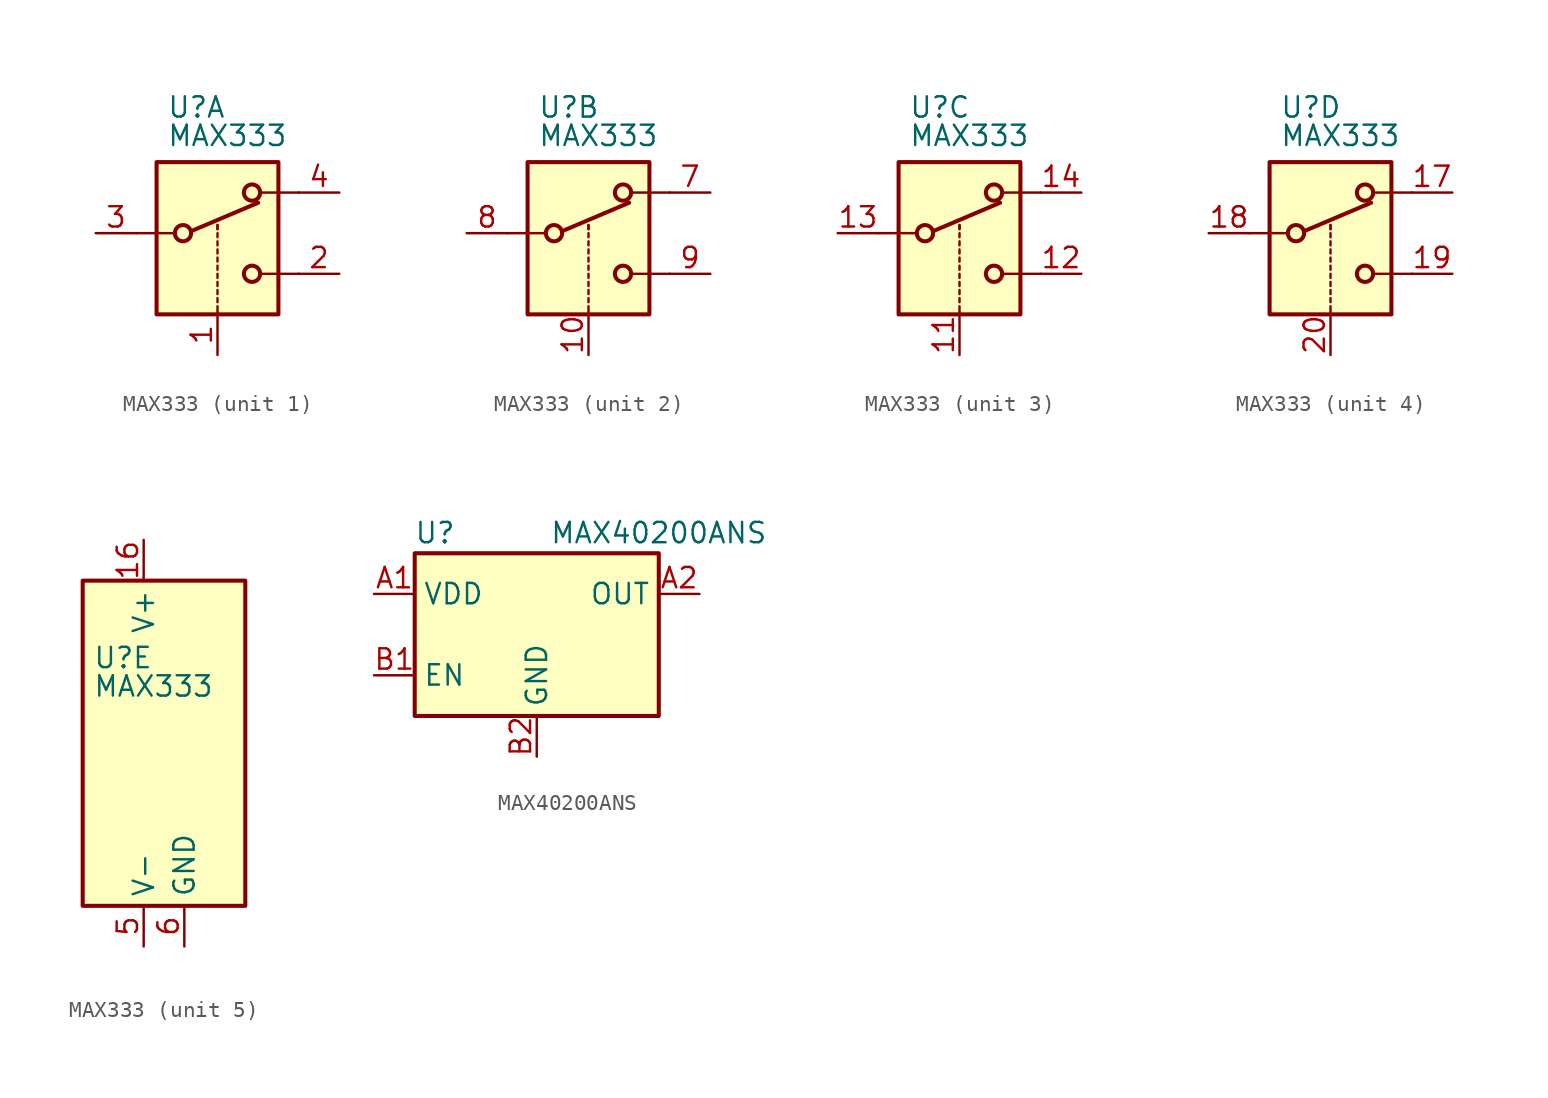
<source format=kicad_sym>
(kicad_symbol_lib
  (version 20211014)
  (generator kicad_symbol_editor)
  (symbol "MAX333"
    (property "Reference" "U"
      (at -3.175 5.334 0)
      (effects (font (size 1.27 1.27)) (justify left)))
    (property "Value" "MAX333"
      (at -3.175 3.556 0)
      (effects (font (size 1.27 1.27)) (justify left)))
    (symbol "MAX333_1_1"
      (rectangle (start -3.81 1.905) (end 3.81 -7.62) (stroke (width 0.254) (type default) (color 0 0 0 0)) (fill (type background)))
      (circle (center -2.159 -2.54) (radius 0.508) (stroke (width 0.254) (type default) (color 0 0 0 0)) (fill (type none)))
      (polyline (pts (xy -5.08 -2.54) (xy -2.794 -2.54)) (stroke (width 0) (type default) (color 0 0 0 0)) (fill (type none)))
      (polyline (pts (xy -1.651 -2.413) (xy 2.54 -0.635)) (stroke (width 0.254) (type default) (color 0 0 0 0)) (fill (type none)))
      (polyline (pts (xy 0 -7.62) (xy 0 -7.112)) (stroke (width 0) (type default) (color 0 0 0 0)) (fill (type none)))
      (polyline (pts (xy 0 -6.858) (xy 0 -6.604)) (stroke (width 0) (type default) (color 0 0 0 0)) (fill (type none)))
      (polyline (pts (xy 0 -6.35) (xy 0 -6.096)) (stroke (width 0) (type default) (color 0 0 0 0)) (fill (type none)))
      (polyline (pts (xy 0 -5.842) (xy 0 -5.588)) (stroke (width 0) (type default) (color 0 0 0 0)) (fill (type none)))
      (polyline (pts (xy 0 -5.334) (xy 0 -5.08)) (stroke (width 0) (type default) (color 0 0 0 0)) (fill (type none)))
      (polyline (pts (xy 0 -4.826) (xy 0 -4.572)) (stroke (width 0) (type default) (color 0 0 0 0)) (fill (type none)))
      (polyline (pts (xy 0 -4.318) (xy 0 -4.064)) (stroke (width 0) (type default) (color 0 0 0 0)) (fill (type none)))
      (polyline (pts (xy 0 -3.81) (xy 0 -3.556)) (stroke (width 0) (type default) (color 0 0 0 0)) (fill (type none)))
      (polyline (pts (xy 0 -3.302) (xy 0 -3.048)) (stroke (width 0) (type default) (color 0 0 0 0)) (fill (type none)))
      (polyline (pts (xy 0 -2.794) (xy 0 -2.54)) (stroke (width 0) (type default) (color 0 0 0 0)) (fill (type none)))
      (polyline (pts (xy 0 -2.286) (xy 0 -2.032)) (stroke (width 0) (type default) (color 0 0 0 0)) (fill (type none)))
      (polyline (pts (xy 0 -2.286) (xy 0 -2.032)) (stroke (width 0) (type default) (color 0 0 0 0)) (fill (type none)))
      (polyline (pts (xy 5.08 -5.08) (xy 2.794 -5.08)) (stroke (width 0) (type default) (color 0 0 0 0)) (fill (type none)))
      (polyline (pts (xy 5.08 0) (xy 2.794 0)) (stroke (width 0) (type default) (color 0 0 0 0)) (fill (type none)))
      (circle (center 2.159 -5.08) (radius 0.508) (stroke (width 0.254) (type default) (color 0 0 0 0)) (fill (type none)))
      (circle (center 2.159 0) (radius 0.508) (stroke (width 0.254) (type default) (color 0 0 0 0)) (fill (type none)))
      (pin input line (at 0 -10.16 90) (length 2.54) (name "~" (effects (font (size 1.27 1.27)))) (number "1" (effects (font (size 1.27 1.27)))))
      (pin passive line (at 7.62 -5.08 180) (length 2.54) (name "~" (effects (font (size 1.27 1.27)))) (number "2" (effects (font (size 1.27 1.27)))))
      (pin passive line (at -7.62 -2.54 0) (length 2.54) (name "~" (effects (font (size 1.27 1.27)))) (number "3" (effects (font (size 1.27 1.27)))))
      (pin passive line (at 7.62 0 180) (length 2.54) (name "~" (effects (font (size 1.27 1.27)))) (number "4" (effects (font (size 1.27 1.27))))))
    (symbol "MAX333_2_1"
      (rectangle (start -3.81 1.905) (end 3.81 -7.62) (stroke (width 0.254) (type default) (color 0 0 0 0)) (fill (type background)))
      (circle (center -2.159 -2.54) (radius 0.508) (stroke (width 0.254) (type default) (color 0 0 0 0)) (fill (type none)))
      (polyline (pts (xy -5.08 -2.54) (xy -2.794 -2.54)) (stroke (width 0) (type default) (color 0 0 0 0)) (fill (type none)))
      (polyline (pts (xy -1.651 -2.413) (xy 2.54 -0.635)) (stroke (width 0.254) (type default) (color 0 0 0 0)) (fill (type none)))
      (polyline (pts (xy 0 -7.62) (xy 0 -7.112)) (stroke (width 0) (type default) (color 0 0 0 0)) (fill (type none)))
      (polyline (pts (xy 0 -6.858) (xy 0 -6.604)) (stroke (width 0) (type default) (color 0 0 0 0)) (fill (type none)))
      (polyline (pts (xy 0 -6.35) (xy 0 -6.096)) (stroke (width 0) (type default) (color 0 0 0 0)) (fill (type none)))
      (polyline (pts (xy 0 -5.842) (xy 0 -5.588)) (stroke (width 0) (type default) (color 0 0 0 0)) (fill (type none)))
      (polyline (pts (xy 0 -5.334) (xy 0 -5.08)) (stroke (width 0) (type default) (color 0 0 0 0)) (fill (type none)))
      (polyline (pts (xy 0 -4.826) (xy 0 -4.572)) (stroke (width 0) (type default) (color 0 0 0 0)) (fill (type none)))
      (polyline (pts (xy 0 -4.318) (xy 0 -4.064)) (stroke (width 0) (type default) (color 0 0 0 0)) (fill (type none)))
      (polyline (pts (xy 0 -3.81) (xy 0 -3.556)) (stroke (width 0) (type default) (color 0 0 0 0)) (fill (type none)))
      (polyline (pts (xy 0 -3.302) (xy 0 -3.048)) (stroke (width 0) (type default) (color 0 0 0 0)) (fill (type none)))
      (polyline (pts (xy 0 -2.794) (xy 0 -2.54)) (stroke (width 0) (type default) (color 0 0 0 0)) (fill (type none)))
      (polyline (pts (xy 0 -2.286) (xy 0 -2.032)) (stroke (width 0) (type default) (color 0 0 0 0)) (fill (type none)))
      (polyline (pts (xy 0 -2.286) (xy 0 -2.032)) (stroke (width 0) (type default) (color 0 0 0 0)) (fill (type none)))
      (polyline (pts (xy 5.08 -5.08) (xy 2.794 -5.08)) (stroke (width 0) (type default) (color 0 0 0 0)) (fill (type none)))
      (polyline (pts (xy 5.08 0) (xy 2.794 0)) (stroke (width 0) (type default) (color 0 0 0 0)) (fill (type none)))
      (circle (center 2.159 -5.08) (radius 0.508) (stroke (width 0.254) (type default) (color 0 0 0 0)) (fill (type none)))
      (circle (center 2.159 0) (radius 0.508) (stroke (width 0.254) (type default) (color 0 0 0 0)) (fill (type none)))
      (pin input line (at 0 -10.16 90) (length 2.54) (name "~" (effects (font (size 1.27 1.27)))) (number "10" (effects (font (size 1.27 1.27)))))
      (pin passive line (at 7.62 0 180) (length 2.54) (name "~" (effects (font (size 1.27 1.27)))) (number "7" (effects (font (size 1.27 1.27)))))
      (pin passive line (at -7.62 -2.54 0) (length 2.54) (name "~" (effects (font (size 1.27 1.27)))) (number "8" (effects (font (size 1.27 1.27)))))
      (pin passive line (at 7.62 -5.08 180) (length 2.54) (name "~" (effects (font (size 1.27 1.27)))) (number "9" (effects (font (size 1.27 1.27))))))
    (symbol "MAX333_3_1"
      (rectangle (start -3.81 1.905) (end 3.81 -7.62) (stroke (width 0.254) (type default) (color 0 0 0 0)) (fill (type background)))
      (circle (center -2.159 -2.54) (radius 0.508) (stroke (width 0.254) (type default) (color 0 0 0 0)) (fill (type none)))
      (polyline (pts (xy -5.08 -2.54) (xy -2.794 -2.54)) (stroke (width 0) (type default) (color 0 0 0 0)) (fill (type none)))
      (polyline (pts (xy -1.651 -2.413) (xy 2.54 -0.635)) (stroke (width 0.254) (type default) (color 0 0 0 0)) (fill (type none)))
      (polyline (pts (xy 0 -7.62) (xy 0 -7.112)) (stroke (width 0) (type default) (color 0 0 0 0)) (fill (type none)))
      (polyline (pts (xy 0 -6.858) (xy 0 -6.604)) (stroke (width 0) (type default) (color 0 0 0 0)) (fill (type none)))
      (polyline (pts (xy 0 -6.35) (xy 0 -6.096)) (stroke (width 0) (type default) (color 0 0 0 0)) (fill (type none)))
      (polyline (pts (xy 0 -5.842) (xy 0 -5.588)) (stroke (width 0) (type default) (color 0 0 0 0)) (fill (type none)))
      (polyline (pts (xy 0 -5.334) (xy 0 -5.08)) (stroke (width 0) (type default) (color 0 0 0 0)) (fill (type none)))
      (polyline (pts (xy 0 -4.826) (xy 0 -4.572)) (stroke (width 0) (type default) (color 0 0 0 0)) (fill (type none)))
      (polyline (pts (xy 0 -4.318) (xy 0 -4.064)) (stroke (width 0) (type default) (color 0 0 0 0)) (fill (type none)))
      (polyline (pts (xy 0 -3.81) (xy 0 -3.556)) (stroke (width 0) (type default) (color 0 0 0 0)) (fill (type none)))
      (polyline (pts (xy 0 -3.302) (xy 0 -3.048)) (stroke (width 0) (type default) (color 0 0 0 0)) (fill (type none)))
      (polyline (pts (xy 0 -2.794) (xy 0 -2.54)) (stroke (width 0) (type default) (color 0 0 0 0)) (fill (type none)))
      (polyline (pts (xy 0 -2.286) (xy 0 -2.032)) (stroke (width 0) (type default) (color 0 0 0 0)) (fill (type none)))
      (polyline (pts (xy 0 -2.286) (xy 0 -2.032)) (stroke (width 0) (type default) (color 0 0 0 0)) (fill (type none)))
      (polyline (pts (xy 5.08 -5.08) (xy 2.794 -5.08)) (stroke (width 0) (type default) (color 0 0 0 0)) (fill (type none)))
      (polyline (pts (xy 5.08 0) (xy 2.794 0)) (stroke (width 0) (type default) (color 0 0 0 0)) (fill (type none)))
      (circle (center 2.159 -5.08) (radius 0.508) (stroke (width 0.254) (type default) (color 0 0 0 0)) (fill (type none)))
      (circle (center 2.159 0) (radius 0.508) (stroke (width 0.254) (type default) (color 0 0 0 0)) (fill (type none)))
      (pin input line (at 0 -10.16 90) (length 2.54) (name "~" (effects (font (size 1.27 1.27)))) (number "11" (effects (font (size 1.27 1.27)))))
      (pin passive line (at 7.62 -5.08 180) (length 2.54) (name "~" (effects (font (size 1.27 1.27)))) (number "12" (effects (font (size 1.27 1.27)))))
      (pin passive line (at -7.62 -2.54 0) (length 2.54) (name "~" (effects (font (size 1.27 1.27)))) (number "13" (effects (font (size 1.27 1.27)))))
      (pin passive line (at 7.62 0 180) (length 2.54) (name "~" (effects (font (size 1.27 1.27)))) (number "14" (effects (font (size 1.27 1.27))))))
    (symbol "MAX333_4_1"
      (rectangle (start -3.81 1.905) (end 3.81 -7.62) (stroke (width 0.254) (type default) (color 0 0 0 0)) (fill (type background)))
      (circle (center -2.159 -2.54) (radius 0.508) (stroke (width 0.254) (type default) (color 0 0 0 0)) (fill (type none)))
      (polyline (pts (xy -5.08 -2.54) (xy -2.794 -2.54)) (stroke (width 0) (type default) (color 0 0 0 0)) (fill (type none)))
      (polyline (pts (xy -1.651 -2.413) (xy 2.54 -0.635)) (stroke (width 0.254) (type default) (color 0 0 0 0)) (fill (type none)))
      (polyline (pts (xy 0 -7.62) (xy 0 -7.112)) (stroke (width 0) (type default) (color 0 0 0 0)) (fill (type none)))
      (polyline (pts (xy 0 -6.858) (xy 0 -6.604)) (stroke (width 0) (type default) (color 0 0 0 0)) (fill (type none)))
      (polyline (pts (xy 0 -6.35) (xy 0 -6.096)) (stroke (width 0) (type default) (color 0 0 0 0)) (fill (type none)))
      (polyline (pts (xy 0 -5.842) (xy 0 -5.588)) (stroke (width 0) (type default) (color 0 0 0 0)) (fill (type none)))
      (polyline (pts (xy 0 -5.334) (xy 0 -5.08)) (stroke (width 0) (type default) (color 0 0 0 0)) (fill (type none)))
      (polyline (pts (xy 0 -4.826) (xy 0 -4.572)) (stroke (width 0) (type default) (color 0 0 0 0)) (fill (type none)))
      (polyline (pts (xy 0 -4.318) (xy 0 -4.064)) (stroke (width 0) (type default) (color 0 0 0 0)) (fill (type none)))
      (polyline (pts (xy 0 -3.81) (xy 0 -3.556)) (stroke (width 0) (type default) (color 0 0 0 0)) (fill (type none)))
      (polyline (pts (xy 0 -3.302) (xy 0 -3.048)) (stroke (width 0) (type default) (color 0 0 0 0)) (fill (type none)))
      (polyline (pts (xy 0 -2.794) (xy 0 -2.54)) (stroke (width 0) (type default) (color 0 0 0 0)) (fill (type none)))
      (polyline (pts (xy 0 -2.286) (xy 0 -2.032)) (stroke (width 0) (type default) (color 0 0 0 0)) (fill (type none)))
      (polyline (pts (xy 0 -2.286) (xy 0 -2.032)) (stroke (width 0) (type default) (color 0 0 0 0)) (fill (type none)))
      (polyline (pts (xy 5.08 -5.08) (xy 2.794 -5.08)) (stroke (width 0) (type default) (color 0 0 0 0)) (fill (type none)))
      (polyline (pts (xy 5.08 0) (xy 2.794 0)) (stroke (width 0) (type default) (color 0 0 0 0)) (fill (type none)))
      (circle (center 2.159 -5.08) (radius 0.508) (stroke (width 0.254) (type default) (color 0 0 0 0)) (fill (type none)))
      (circle (center 2.159 0) (radius 0.508) (stroke (width 0.254) (type default) (color 0 0 0 0)) (fill (type none)))
      (pin passive line (at 7.62 0 180) (length 2.54) (name "~" (effects (font (size 1.27 1.27)))) (number "17" (effects (font (size 1.27 1.27)))))
      (pin passive line (at -7.62 -2.54 0) (length 2.54) (name "~" (effects (font (size 1.27 1.27)))) (number "18" (effects (font (size 1.27 1.27)))))
      (pin passive line (at 7.62 -5.08 180) (length 2.54) (name "~" (effects (font (size 1.27 1.27)))) (number "19" (effects (font (size 1.27 1.27)))))
      (pin input line (at 0 -10.16 90) (length 2.54) (name "~" (effects (font (size 1.27 1.27)))) (number "20" (effects (font (size 1.27 1.27))))))
    (symbol "MAX333_5_0"
      (pin no_connect line (at 2.54 10.16 270) (length 2.54) hide (name "NC" (effects (font (size 1.27 1.27)))) (number "15" (effects (font (size 1.27 1.27)))))
      (pin power_in line (at 0 12.7 270) (length 2.54) (name "V+" (effects (font (size 1.27 1.27)))) (number "16" (effects (font (size 1.27 1.27)))))
      (pin power_in line (at 0 -12.7 90) (length 2.54) (name "V-" (effects (font (size 1.27 1.27)))) (number "5" (effects (font (size 1.27 1.27)))))
      (pin power_in line (at 2.54 -12.7 90) (length 2.54) (name "GND" (effects (font (size 1.27 1.27)))) (number "6" (effects (font (size 1.27 1.27))))))
    (symbol "MAX333_5_1"
      (rectangle (start -3.81 10.16) (end 6.35 -10.16) (stroke (width 0.254) (type default) (color 0 0 0 0)) (fill (type background)))))
  (symbol "MAX40200ANS"
    (property "Reference" "U"
      (at -6.35 6.35 0)
      (effects (font (size 1.27 1.27))))
    (property "Value" "MAX40200ANS"
      (at 7.62 6.35 0)
      (effects (font (size 1.27 1.27))))
    (symbol "MAX40200ANS_0_1"
      (rectangle (start -7.62 -5.08) (end 7.62 5.08) (stroke (width 0.254) (type default) (color 0 0 0 0)) (fill (type background))))
    (symbol "MAX40200ANS_1_1"
      (pin power_in line (at -10.16 2.54 0) (length 2.54) (name "VDD" (effects (font (size 1.27 1.27)))) (number "A1" (effects (font (size 1.27 1.27)))))
      (pin passive line (at 10.16 2.54 180) (length 2.54) (name "OUT" (effects (font (size 1.27 1.27)))) (number "A2" (effects (font (size 1.27 1.27)))))
      (pin input line (at -10.16 -2.54 0) (length 2.54) (name "EN" (effects (font (size 1.27 1.27)))) (number "B1" (effects (font (size 1.27 1.27)))))
      (pin power_in line (at 0 -7.62 90) (length 2.54) (name "GND" (effects (font (size 1.27 1.27)))) (number "B2" (effects (font (size 1.27 1.27))))))))
</source>
